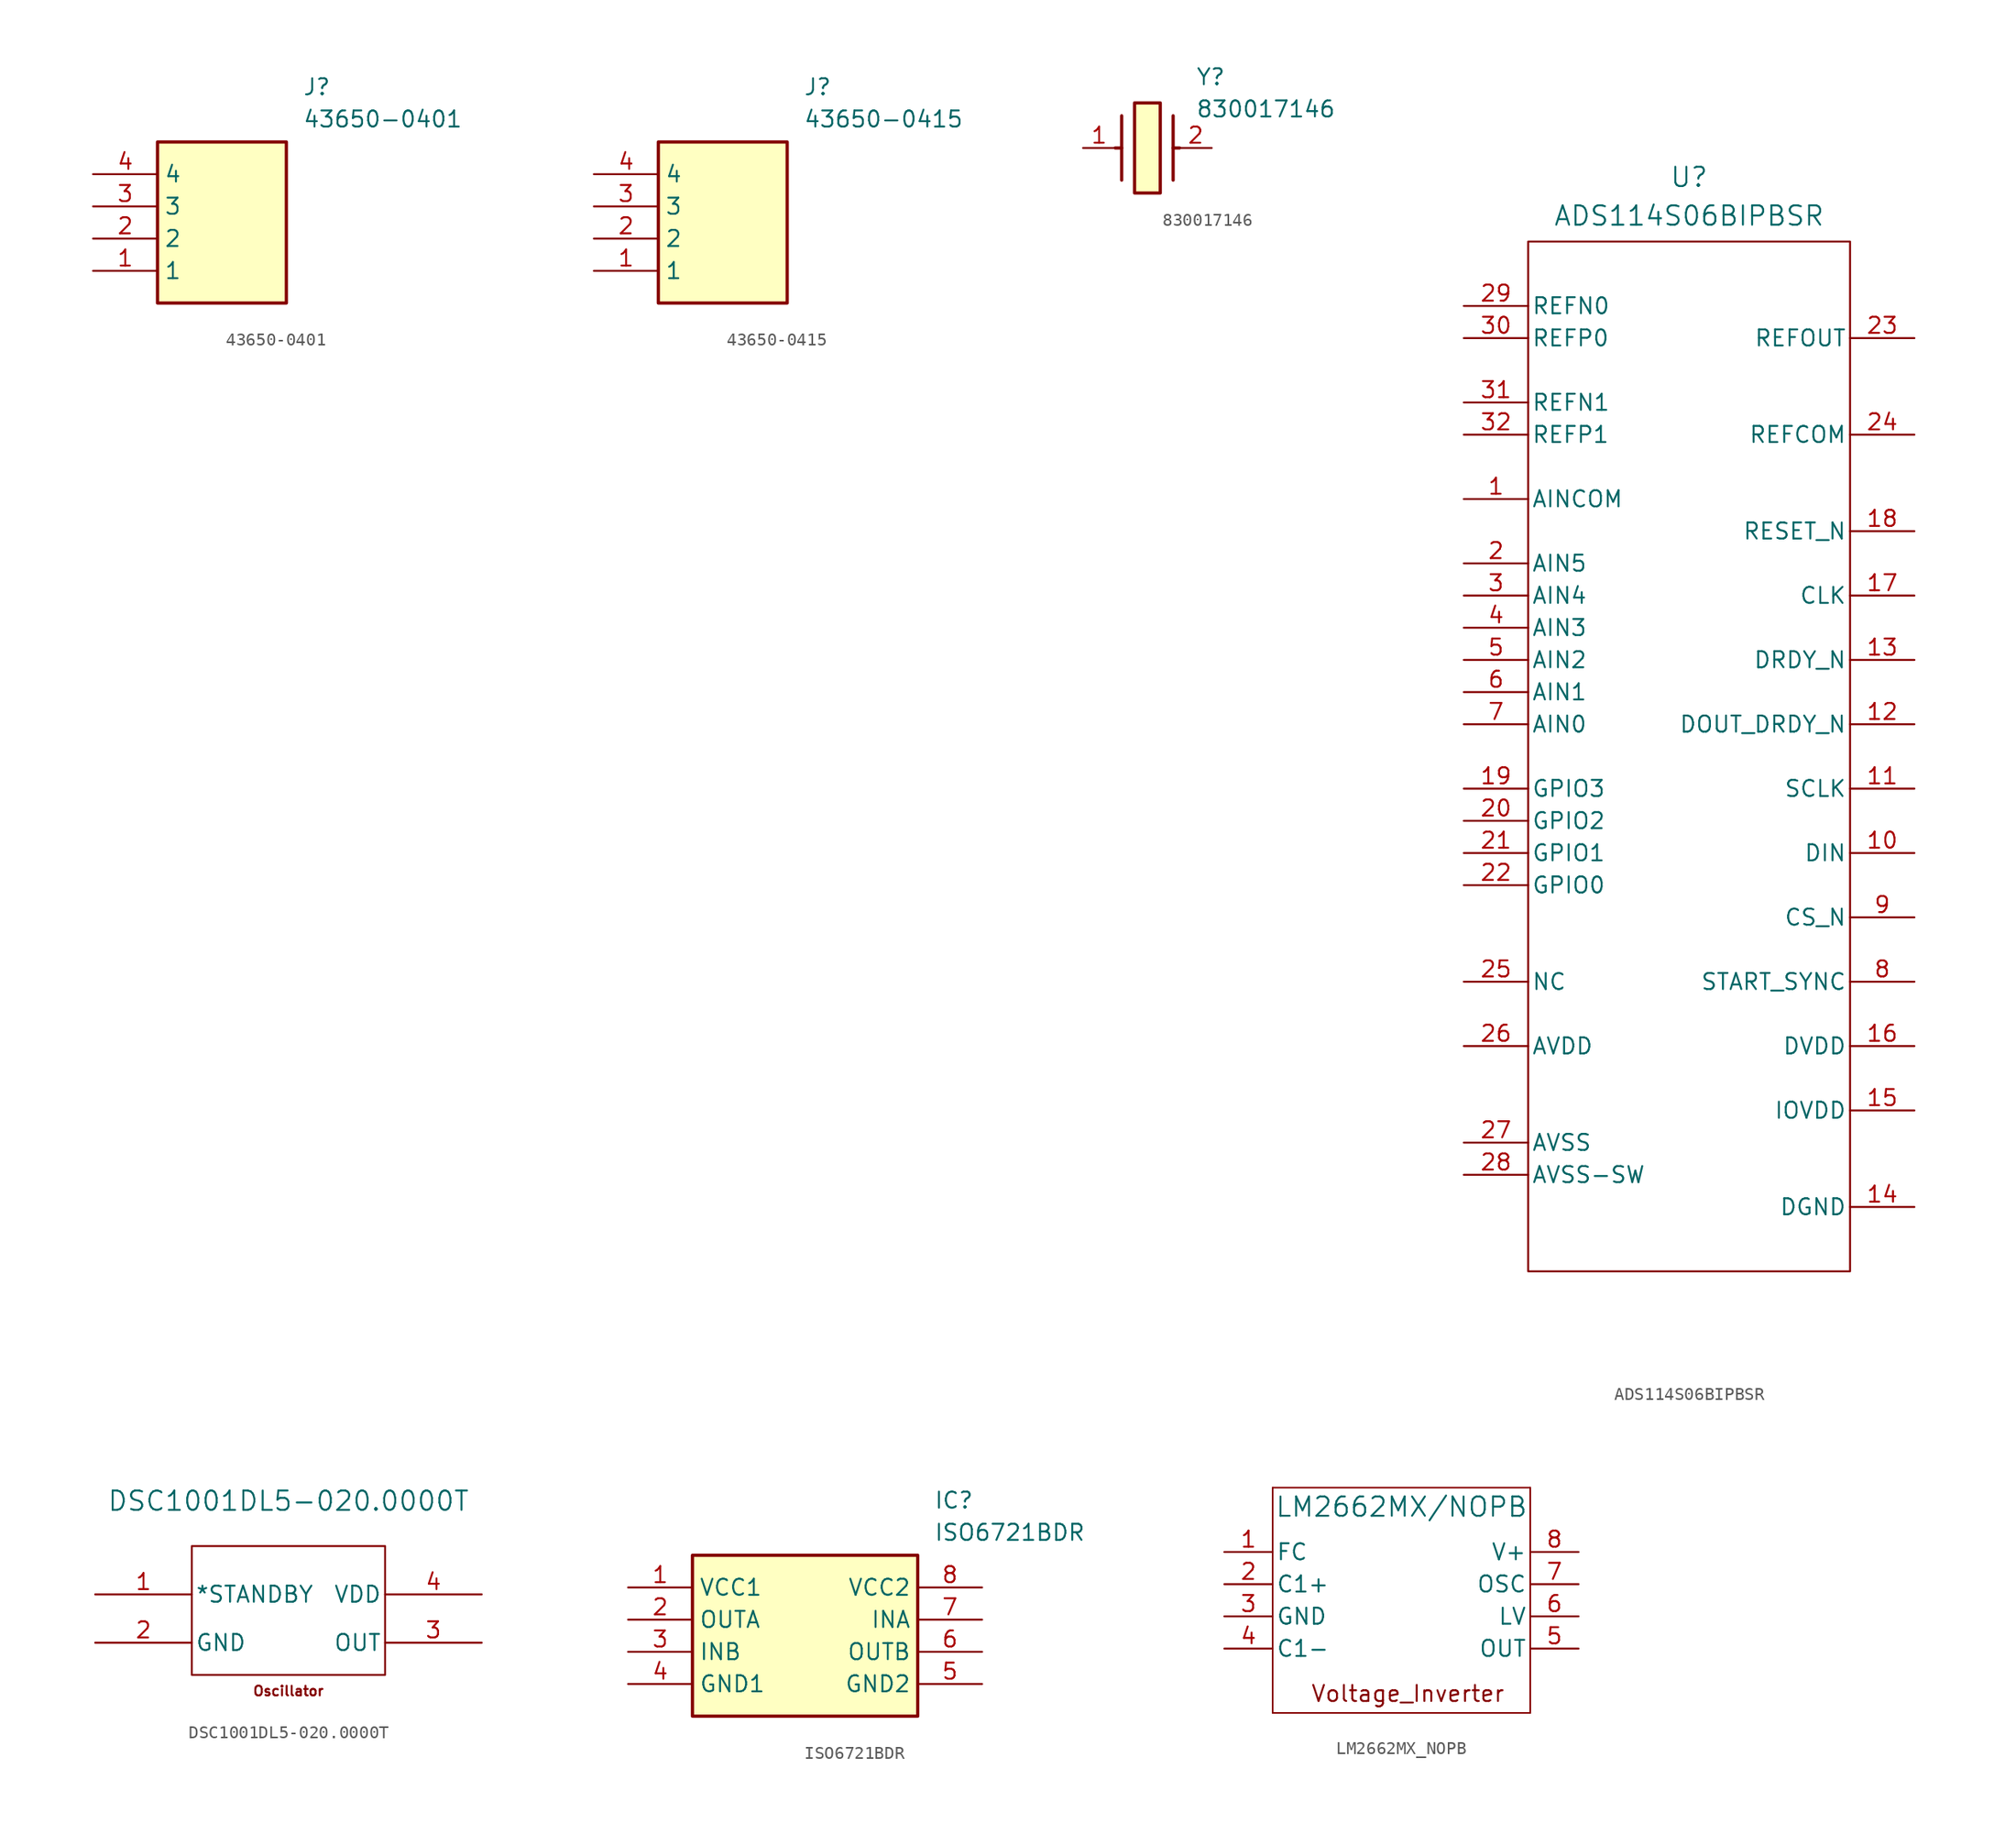
<source format=kicad_sym>
(kicad_symbol_lib
  (version 20241209)
  (generator "kicad_symbol_editor")
  (generator_version "9.0")
  (symbol "43650-0401"
    (property "Reference" "J"
      (at 16.51 7.62 0)
      (effects (font (size 1.27 1.27)) (justify left top)))
    (property "Value" "43650-0401"
      (at 16.51 5.08 0)
      (effects (font (size 1.27 1.27)) (justify left top)))
    (symbol "43650-0401_1_1"
      (rectangle (start 5.08 2.54) (end 15.24 -10.16) (stroke (width 0.254) (type default)) (fill (type background)))
      (pin passive line (at 0 0 0) (length 5.08) (name "4" (effects (font (size 1.27 1.27)))) (number "4" (effects (font (size 1.27 1.27)))))
      (pin passive line (at 0 -2.54 0) (length 5.08) (name "3" (effects (font (size 1.27 1.27)))) (number "3" (effects (font (size 1.27 1.27)))))
      (pin passive line (at 0 -5.08 0) (length 5.08) (name "2" (effects (font (size 1.27 1.27)))) (number "2" (effects (font (size 1.27 1.27)))))
      (pin passive line (at 0 -7.62 0) (length 5.08) (name "1" (effects (font (size 1.27 1.27)))) (number "1" (effects (font (size 1.27 1.27)))))))
  (symbol "43650-0415"
    (property "Reference" "J"
      (at 16.51 7.62 0)
      (effects (font (size 1.27 1.27)) (justify left top)))
    (property "Value" "43650-0415"
      (at 16.51 5.08 0)
      (effects (font (size 1.27 1.27)) (justify left top)))
    (symbol "43650-0415_1_1"
      (rectangle (start 5.08 2.54) (end 15.24 -10.16) (stroke (width 0.254) (type default)) (fill (type background)))
      (pin passive line (at 0 0 0) (length 5.08) (name "4" (effects (font (size 1.27 1.27)))) (number "4" (effects (font (size 1.27 1.27)))))
      (pin passive line (at 0 -2.54 0) (length 5.08) (name "3" (effects (font (size 1.27 1.27)))) (number "3" (effects (font (size 1.27 1.27)))))
      (pin passive line (at 0 -5.08 0) (length 5.08) (name "2" (effects (font (size 1.27 1.27)))) (number "2" (effects (font (size 1.27 1.27)))))
      (pin passive line (at 0 -7.62 0) (length 5.08) (name "1" (effects (font (size 1.27 1.27)))) (number "1" (effects (font (size 1.27 1.27)))))))
  (symbol "830017146"
    (pin_names
      (hide yes))
    (property "Reference" "Y"
      (at 8.89 6.35 0)
      (effects (font (size 1.27 1.27)) (justify left top)))
    (property "Value" "830017146"
      (at 8.89 3.81 0)
      (effects (font (size 1.27 1.27)) (justify left top)))
    (symbol "830017146_1_1"
      (polyline (pts (xy 3.048 2.54) (xy 3.048 -2.54)) (stroke (width 0.254) (type default)) (fill (type none)))
      (polyline (pts (xy 3.048 0) (xy 2.54 0)) (stroke (width 0.254) (type default)) (fill (type none)))
      (rectangle (start 4.064 3.556) (end 6.096 -3.556) (stroke (width 0.254) (type default)) (fill (type background)))
      (polyline (pts (xy 7.112 2.54) (xy 7.112 -2.54)) (stroke (width 0.254) (type default)) (fill (type none)))
      (polyline (pts (xy 7.112 0) (xy 7.62 0)) (stroke (width 0.254) (type default)) (fill (type none)))
      (pin passive line (at 0 0 0) (length 2.54) (name "1" (effects (font (size 1.27 1.27)))) (number "1" (effects (font (size 1.27 1.27)))))
      (pin passive line (at 10.16 0 180) (length 2.54) (name "2" (effects (font (size 1.27 1.27)))) (number "2" (effects (font (size 1.27 1.27)))))))
  (symbol "ADS114S06BIPBSR"
    (pin_names
      (offset 0.254))
    (property "Reference" "U"
      (at 0 45.72 0)
      (effects (font (size 1.524 1.524))))
    (property "Value" "ADS114S06BIPBSR"
      (at 0 42.672 0)
      (effects (font (size 1.524 1.524))))
    (symbol "ADS114S06BIPBSR_0_1"
      (rectangle (start -12.7 40.64) (end 12.7 -40.64) (stroke (width 0) (type default)) (fill (type none)))
      (pin input line (at -17.78 35.56 0) (length 5.08) (name "REFN0" (effects (font (size 1.27 1.27)))) (number "29" (effects (font (size 1.27 1.27)))))
      (pin input line (at -17.78 33.02 0) (length 5.08) (name "REFP0" (effects (font (size 1.27 1.27)))) (number "30" (effects (font (size 1.27 1.27)))))
      (pin input line (at -17.78 27.94 0) (length 5.08) (name "REFN1" (effects (font (size 1.27 1.27)))) (number "31" (effects (font (size 1.27 1.27)))))
      (pin input line (at -17.78 25.4 0) (length 5.08) (name "REFP1" (effects (font (size 1.27 1.27)))) (number "32" (effects (font (size 1.27 1.27)))))
      (pin input line (at -17.78 20.32 0) (length 5.08) (name "AINCOM" (effects (font (size 1.27 1.27)))) (number "1" (effects (font (size 1.27 1.27)))))
      (pin input line (at -17.78 15.24 0) (length 5.08) (name "AIN5" (effects (font (size 1.27 1.27)))) (number "2" (effects (font (size 1.27 1.27)))))
      (pin input line (at -17.78 12.7 0) (length 5.08) (name "AIN4" (effects (font (size 1.27 1.27)))) (number "3" (effects (font (size 1.27 1.27)))))
      (pin input line (at -17.78 10.16 0) (length 5.08) (name "AIN3" (effects (font (size 1.27 1.27)))) (number "4" (effects (font (size 1.27 1.27)))))
      (pin input line (at -17.78 7.62 0) (length 5.08) (name "AIN2" (effects (font (size 1.27 1.27)))) (number "5" (effects (font (size 1.27 1.27)))))
      (pin input line (at -17.78 5.08 0) (length 5.08) (name "AIN1" (effects (font (size 1.27 1.27)))) (number "6" (effects (font (size 1.27 1.27)))))
      (pin input line (at -17.78 2.54 0) (length 5.08) (name "AIN0" (effects (font (size 1.27 1.27)))) (number "7" (effects (font (size 1.27 1.27)))))
      (pin bidirectional line (at -17.78 -2.54 0) (length 5.08) (name "GPIO3" (effects (font (size 1.27 1.27)))) (number "19" (effects (font (size 1.27 1.27)))))
      (pin bidirectional line (at -17.78 -5.08 0) (length 5.08) (name "GPIO2" (effects (font (size 1.27 1.27)))) (number "20" (effects (font (size 1.27 1.27)))))
      (pin bidirectional line (at -17.78 -7.62 0) (length 5.08) (name "GPIO1" (effects (font (size 1.27 1.27)))) (number "21" (effects (font (size 1.27 1.27)))))
      (pin bidirectional line (at -17.78 -10.16 0) (length 5.08) (name "GPIO0" (effects (font (size 1.27 1.27)))) (number "22" (effects (font (size 1.27 1.27)))))
      (pin unspecified line (at -17.78 -17.78 0) (length 5.08) (name "NC" (effects (font (size 1.27 1.27)))) (number "25" (effects (font (size 1.27 1.27)))))
      (pin power_in line (at -17.78 -22.86 0) (length 5.08) (name "AVDD" (effects (font (size 1.27 1.27)))) (number "26" (effects (font (size 1.27 1.27)))))
      (pin power_in line (at -17.78 -30.48 0) (length 5.08) (name "AVSS" (effects (font (size 1.27 1.27)))) (number "27" (effects (font (size 1.27 1.27)))))
      (pin power_in line (at -17.78 -33.02 0) (length 5.08) (name "AVSS-SW" (effects (font (size 1.27 1.27)))) (number "28" (effects (font (size 1.27 1.27)))))
      (pin power_in line (at 17.78 33.02 180) (length 5.08) (name "REFOUT" (effects (font (size 1.27 1.27)))) (number "23" (effects (font (size 1.27 1.27)))))
      (pin power_in line (at 17.78 25.4 180) (length 5.08) (name "REFCOM" (effects (font (size 1.27 1.27)))) (number "24" (effects (font (size 1.27 1.27)))))
      (pin input line (at 17.78 17.78 180) (length 5.08) (name "RESET_N" (effects (font (size 1.27 1.27)))) (number "18" (effects (font (size 1.27 1.27)))))
      (pin input line (at 17.78 12.7 180) (length 5.08) (name "CLK" (effects (font (size 1.27 1.27)))) (number "17" (effects (font (size 1.27 1.27)))))
      (pin output line (at 17.78 7.62 180) (length 5.08) (name "DRDY_N" (effects (font (size 1.27 1.27)))) (number "13" (effects (font (size 1.27 1.27)))))
      (pin output line (at 17.78 2.54 180) (length 5.08) (name "DOUT_DRDY_N" (effects (font (size 1.27 1.27)))) (number "12" (effects (font (size 1.27 1.27)))))
      (pin input line (at 17.78 -2.54 180) (length 5.08) (name "SCLK" (effects (font (size 1.27 1.27)))) (number "11" (effects (font (size 1.27 1.27)))))
      (pin input line (at 17.78 -7.62 180) (length 5.08) (name "DIN" (effects (font (size 1.27 1.27)))) (number "10" (effects (font (size 1.27 1.27)))))
      (pin input line (at 17.78 -12.7 180) (length 5.08) (name "CS_N" (effects (font (size 1.27 1.27)))) (number "9" (effects (font (size 1.27 1.27)))))
      (pin input line (at 17.78 -17.78 180) (length 5.08) (name "START_SYNC" (effects (font (size 1.27 1.27)))) (number "8" (effects (font (size 1.27 1.27)))))
      (pin power_in line (at 17.78 -22.86 180) (length 5.08) (name "DVDD" (effects (font (size 1.27 1.27)))) (number "16" (effects (font (size 1.27 1.27)))))
      (pin power_in line (at 17.78 -27.94 180) (length 5.08) (name "IOVDD" (effects (font (size 1.27 1.27)))) (number "15" (effects (font (size 1.27 1.27)))))
      (pin power_in line (at 17.78 -35.56 180) (length 5.08) (name "DGND" (effects (font (size 1.27 1.27)))) (number "14" (effects (font (size 1.27 1.27)))))))
  (symbol "DSC1001DL5-020.0000T"
    (pin_names
      (offset 0.254))
    (property "Reference" "U"
      (at 0 11.176 0)
      (effects (font (size 1.524 1.524)) (hide yes)))
    (property "Value" "DSC1001DL5-020.0000T"
      (at 0 8.636 0)
      (effects (font (size 1.524 1.524))))
    (symbol "DSC1001DL5-020.0000T_0_1"
      (rectangle (start -7.62 5.08) (end 7.62 -5.08) (stroke (width 0) (type default)) (fill (type none)))
      (pin input line (at -15.24 1.27 0) (length 7.62) (name "*STANDBY" (effects (font (size 1.27 1.27)))) (number "1" (effects (font (size 1.27 1.27)))))
      (pin power_out line (at -15.24 -2.54 0) (length 7.62) (name "GND" (effects (font (size 1.27 1.27)))) (number "2" (effects (font (size 1.27 1.27)))))
      (pin power_in line (at 15.24 1.27 180) (length 7.62) (name "VDD" (effects (font (size 1.27 1.27)))) (number "4" (effects (font (size 1.27 1.27)))))
      (pin output line (at 15.24 -2.54 180) (length 7.62) (name "OUT" (effects (font (size 1.27 1.27)))) (number "3" (effects (font (size 1.27 1.27))))))
    (symbol "DSC1001DL5-020.0000T_1_1"
      (text "Oscillator" (at 0 -6.35 0) (effects (font (size 0.762 0.762))))))
  (symbol "ISO6721BDR"
    (property "Reference" "IC"
      (at 24.13 7.62 0)
      (effects (font (size 1.27 1.27)) (justify left top)))
    (property "Value" "ISO6721BDR"
      (at 24.13 5.08 0)
      (effects (font (size 1.27 1.27)) (justify left top)))
    (symbol "ISO6721BDR_1_1"
      (rectangle (start 5.08 2.54) (end 22.86 -10.16) (stroke (width 0.254) (type default)) (fill (type background)))
      (pin passive line (at 0 0 0) (length 5.08) (name "VCC1" (effects (font (size 1.27 1.27)))) (number "1" (effects (font (size 1.27 1.27)))))
      (pin passive line (at 0 -2.54 0) (length 5.08) (name "OUTA" (effects (font (size 1.27 1.27)))) (number "2" (effects (font (size 1.27 1.27)))))
      (pin passive line (at 0 -5.08 0) (length 5.08) (name "INB" (effects (font (size 1.27 1.27)))) (number "3" (effects (font (size 1.27 1.27)))))
      (pin passive line (at 0 -7.62 0) (length 5.08) (name "GND1" (effects (font (size 1.27 1.27)))) (number "4" (effects (font (size 1.27 1.27)))))
      (pin passive line (at 27.94 0 180) (length 5.08) (name "VCC2" (effects (font (size 1.27 1.27)))) (number "8" (effects (font (size 1.27 1.27)))))
      (pin passive line (at 27.94 -2.54 180) (length 5.08) (name "INA" (effects (font (size 1.27 1.27)))) (number "7" (effects (font (size 1.27 1.27)))))
      (pin passive line (at 27.94 -5.08 180) (length 5.08) (name "OUTB" (effects (font (size 1.27 1.27)))) (number "6" (effects (font (size 1.27 1.27)))))
      (pin passive line (at 27.94 -7.62 180) (length 5.08) (name "GND2" (effects (font (size 1.27 1.27)))) (number "5" (effects (font (size 1.27 1.27)))))))
  (symbol "LM2662MX_NOPB"
    (pin_names
      (offset 0.254))
    (property "Reference" "U"
      (at 27.94 10.16 0)
      (effects (font (size 1.524 1.524)) (hide yes)))
    (property "Value" "LM2662MX/NOPB"
      (at 17.78 3.556 0)
      (effects (font (size 1.524 1.524))))
    (symbol "LM2662MX_NOPB_0_1"
      (polyline (pts (xy 7.62 5.08) (xy 7.62 -12.7)) (stroke (width 0.127) (type default)) (fill (type none)))
      (polyline (pts (xy 7.62 -12.7) (xy 27.94 -12.7)) (stroke (width 0.127) (type default)) (fill (type none)))
      (polyline (pts (xy 27.94 5.08) (xy 7.62 5.08)) (stroke (width 0.127) (type default)) (fill (type none)))
      (polyline (pts (xy 27.94 -12.7) (xy 27.94 5.08)) (stroke (width 0.127) (type default)) (fill (type none)))
      (pin passive line (at 3.81 0 0) (length 3.81) (name "FC" (effects (font (size 1.27 1.27)))) (number "1" (effects (font (size 1.27 1.27)))))
      (pin passive line (at 3.81 -2.54 0) (length 3.81) (name "C1+" (effects (font (size 1.27 1.27)))) (number "2" (effects (font (size 1.27 1.27)))))
      (pin passive line (at 3.81 -5.08 0) (length 3.81) (name "GND" (effects (font (size 1.27 1.27)))) (number "3" (effects (font (size 1.27 1.27)))))
      (pin passive line (at 3.81 -7.62 0) (length 3.81) (name "C1-" (effects (font (size 1.27 1.27)))) (number "4" (effects (font (size 1.27 1.27)))))
      (pin input line (at 31.75 0 180) (length 3.81) (name "V+" (effects (font (size 1.27 1.27)))) (number "8" (effects (font (size 1.27 1.27)))))
      (pin passive line (at 31.75 -2.54 180) (length 3.81) (name "OSC" (effects (font (size 1.27 1.27)))) (number "7" (effects (font (size 1.27 1.27)))))
      (pin passive line (at 31.75 -5.08 180) (length 3.81) (name "LV" (effects (font (size 1.27 1.27)))) (number "6" (effects (font (size 1.27 1.27)))))
      (pin output line (at 31.75 -7.62 180) (length 3.81) (name "OUT" (effects (font (size 1.27 1.27)))) (number "5" (effects (font (size 1.27 1.27))))))
    (symbol "LM2662MX_NOPB_1_1"
      (text "Voltage_Inverter" (at 18.288 -11.176 0) (effects (font (size 1.27 1.27)))))))
</source>
